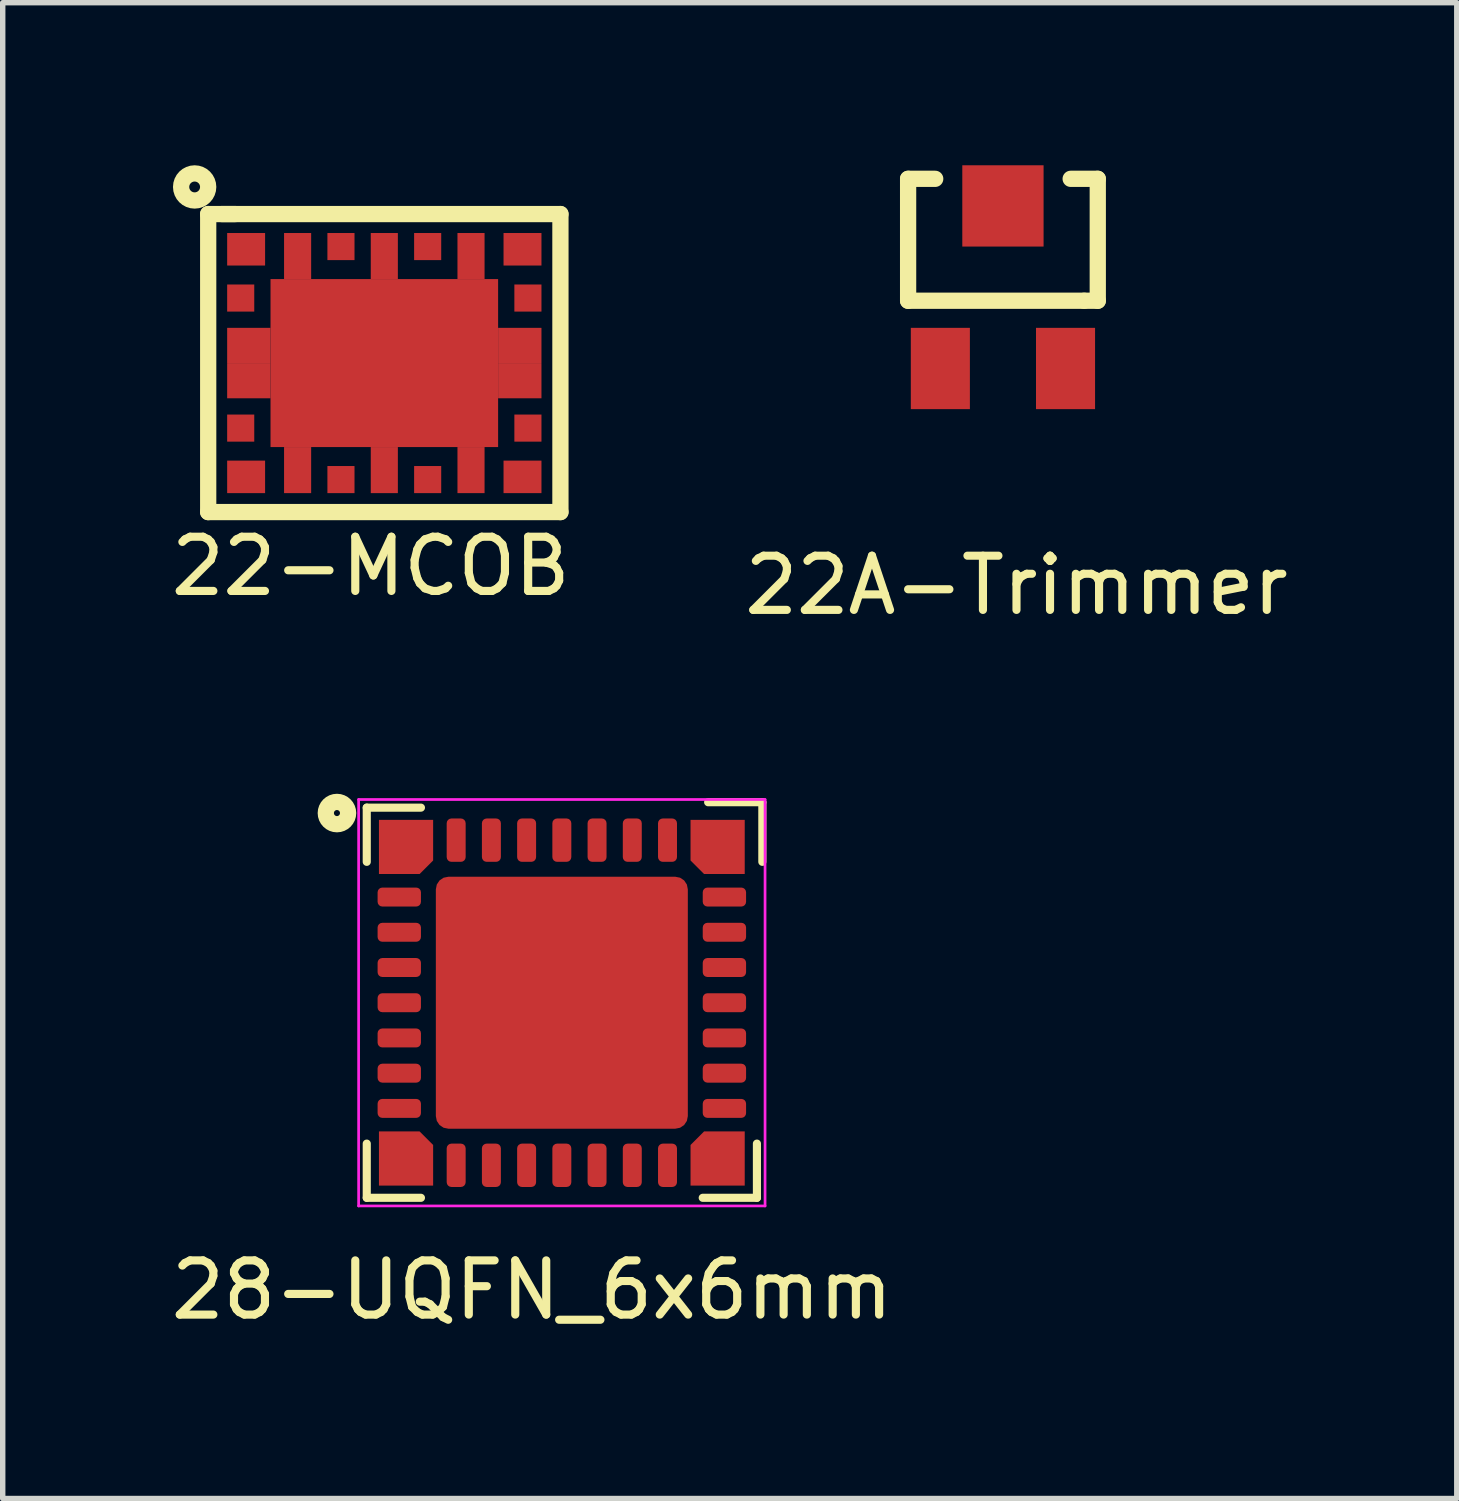
<source format=kicad_pcb>
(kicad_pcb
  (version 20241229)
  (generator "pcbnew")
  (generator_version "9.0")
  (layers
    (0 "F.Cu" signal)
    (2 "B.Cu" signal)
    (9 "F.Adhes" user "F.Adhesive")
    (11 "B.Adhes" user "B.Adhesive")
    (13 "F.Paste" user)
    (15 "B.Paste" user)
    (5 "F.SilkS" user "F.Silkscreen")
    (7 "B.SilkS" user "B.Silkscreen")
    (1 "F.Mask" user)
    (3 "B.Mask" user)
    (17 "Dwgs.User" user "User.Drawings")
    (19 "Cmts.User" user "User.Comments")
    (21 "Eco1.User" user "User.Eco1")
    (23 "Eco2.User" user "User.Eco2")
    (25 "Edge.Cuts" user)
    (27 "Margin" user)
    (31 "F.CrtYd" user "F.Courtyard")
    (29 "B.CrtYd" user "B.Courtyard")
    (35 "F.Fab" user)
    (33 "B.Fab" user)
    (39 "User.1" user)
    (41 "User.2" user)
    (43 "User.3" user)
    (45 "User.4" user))
  (footprint "22-MCOB"
    (layer "F.Cu")
    (at 4.042 3.65)
    (property "Reference" "22-MCOB" (at -0.25 3.75 0) (layer "F.SilkS") (effects (font (size 1 1) (thickness 0.15))))
    (attr through_hole)
    (fp_line (start -3.25 -2.75) (end -2.75 -2.75) (stroke (width 0.3) (type solid)) (layer "F.SilkS"))
    (fp_line (start -3.25 2.75) (end -3.25 -2.75) (stroke (width 0.3) (type solid)) (layer "F.SilkS"))
    (fp_line (start -3 -2.75) (end 3.25 -2.75) (stroke (width 0.3) (type solid)) (layer "F.SilkS"))
    (fp_line (start 3.25 -2.75) (end 3.25 2.75) (stroke (width 0.3) (type solid)) (layer "F.SilkS"))
    (fp_line (start 3.25 2.75) (end -3.25 2.75) (stroke (width 0.3) (type solid)) (layer "F.SilkS"))
    (fp_circle (center -3.5 -3.25) (end -3.5 -3) (stroke (width 0.3) (type solid)) (fill no) (layer "F.SilkS"))
    (pad "" smd rect (at -1.02 0) (size 1.74 2.79) (layers "F.Mask"))
    (pad "" smd rect (at 1.02 0) (size 1.74 2.79) (layers "F.Mask"))
    (pad "1" smd rect (at -2.55 -2.1) (size 0.7 0.6) (layers "F.Cu" "F.Mask" "F.Paste"))
    (pad "2" smd rect (at -2.65 -1.2) (size 0.5 0.5) (layers "F.Cu" "F.Mask" "F.Paste"))
    (pad "3" smd rect (at -2.5 -0.325) (size 0.8 0.65) (layers "F.Cu" "F.Mask" "F.Paste"))
    (pad "4" smd rect (at -2.5 0.325) (size 0.8 0.65) (layers "F.Cu" "F.Mask" "F.Paste"))
    (pad "5" smd rect (at -2.65 1.2) (size 0.5 0.5) (layers "F.Cu" "F.Mask" "F.Paste"))
    (pad "6" smd rect (at -2.55 2.1) (size 0.7 0.6) (layers "F.Cu" "F.Mask" "F.Paste"))
    (pad "7" smd rect (at -1.6 1.975) (size 0.5 0.85) (layers "F.Cu" "F.Mask" "F.Paste"))
    (pad "8" smd rect (at -0.8 2.15) (size 0.5 0.5) (layers "F.Cu" "F.Mask" "F.Paste"))
    (pad "9" smd rect (at 0 1.975) (size 0.5 0.85) (layers "F.Cu" "F.Mask" "F.Paste"))
    (pad "10" smd rect (at 0.8 2.15) (size 0.5 0.5) (layers "F.Cu" "F.Mask" "F.Paste"))
    (pad "11" smd rect (at 1.6 1.975) (size 0.5 0.85) (layers "F.Cu" "F.Mask" "F.Paste"))
    (pad "12" smd rect (at 2.55 2.1) (size 0.7 0.6) (layers "F.Cu" "F.Mask" "F.Paste"))
    (pad "13" smd rect (at 2.65 1.2) (size 0.5 0.5) (layers "F.Cu" "F.Mask" "F.Paste"))
    (pad "14" smd rect (at 2.5 0.325) (size 0.8 0.65) (layers "F.Cu" "F.Mask" "F.Paste"))
    (pad "15" smd rect (at 2.5 -0.325) (size 0.8 0.65) (layers "F.Cu" "F.Mask" "F.Paste"))
    (pad "16" smd rect (at 2.65 -1.2) (size 0.5 0.5) (layers "F.Cu" "F.Mask" "F.Paste"))
    (pad "17" smd rect (at 2.55 -2.1) (size 0.7 0.6) (layers "F.Cu" "F.Mask" "F.Paste"))
    (pad "18" smd rect (at 1.6 -1.975) (size 0.5 0.85) (layers "F.Cu" "F.Mask" "F.Paste"))
    (pad "19" smd rect (at 0.8 -2.15) (size 0.5 0.5) (layers "F.Cu" "F.Mask" "F.Paste"))
    (pad "20" smd rect (at 0 -1.975) (size 0.5 0.85) (layers "F.Cu" "F.Mask" "F.Paste"))
    (pad "21" smd rect (at -0.8 -2.15) (size 0.5 0.5) (layers "F.Cu" "F.Mask" "F.Paste"))
    (pad "22" smd rect (at -1.6 -1.975) (size 0.5 0.85) (layers "F.Cu" "F.Mask" "F.Paste"))
    (pad "EP" smd rect (at 0 0) (size 4.2 3.1) (layers "F.Cu" "F.Mask")))
  (footprint "22A-Trimmer"
    (layer "F.Cu")
    (at 15.458 2.25)
    (property "Reference" "22A-Trimmer" (at 0.25 5.5 0) (layer "F.SilkS") (effects (font (size 1 1) (thickness 0.15))))
    (attr through_hole)
    (fp_line (start -1.75 -2) (end -1.75 0.25) (stroke (width 0.3) (type solid)) (layer "F.SilkS"))
    (fp_line (start -1.75 -2) (end -1.25 -2) (stroke (width 0.3) (type solid)) (layer "F.SilkS"))
    (fp_line (start -1.75 0.25) (end 1.5 0.25) (stroke (width 0.3) (type solid)) (layer "F.SilkS"))
    (fp_line (start 1.5 0.25) (end 1.75 0.25) (stroke (width 0.3) (type solid)) (layer "F.SilkS"))
    (fp_line (start 1.75 -2) (end 1.25 -2) (stroke (width 0.3) (type solid)) (layer "F.SilkS"))
    (fp_line (start 1.75 0.25) (end 1.75 -2) (stroke (width 0.3) (type solid)) (layer "F.SilkS"))
    (pad "1" smd rect (at 1.155 1.5) (size 1.09 1.5) (layers "F.Cu" "F.Mask" "F.Paste"))
    (pad "2" smd rect (at 0 -1.5) (size 1.5 1.5) (layers "F.Cu" "F.Mask" "F.Paste"))
    (pad "3" smd rect (at -1.155 1.5) (size 1.09 1.5) (layers "F.Cu" "F.Mask" "F.Paste")))
  (footprint "28-UQFN_6x6mm"
    (layer "F.Cu")
    (at 7.318 15.454)
    (property "Reference" "28-UQFN_6x6mm" (at -0.55 5.3 0) (layer "F.SilkS") (effects (font (size 1 1) (thickness 0.15))))
    (attr through_hole)
    (fp_line (start -3.6 -3.6) (end -2.6 -3.6) (stroke (width 0.15) (type solid)) (layer "F.SilkS"))
    (fp_line (start -3.6 -2.6) (end -3.6 -3.6) (stroke (width 0.15) (type solid)) (layer "F.SilkS"))
    (fp_line (start -3.6 3.6) (end -3.6 2.6) (stroke (width 0.15) (type solid)) (layer "F.SilkS"))
    (fp_line (start -2.6 3.6) (end -3.6 3.6) (stroke (width 0.15) (type solid)) (layer "F.SilkS"))
    (fp_line (start 2.7 -3.7) (end 3.7 -3.7) (stroke (width 0.15) (type solid)) (layer "F.SilkS"))
    (fp_line (start 3.6 2.6) (end 3.6 3.6) (stroke (width 0.15) (type solid)) (layer "F.SilkS"))
    (fp_line (start 3.6 3.6) (end 2.6 3.6) (stroke (width 0.15) (type solid)) (layer "F.SilkS"))
    (fp_line (start 3.7 -3.7) (end 3.7 -2.6) (stroke (width 0.15) (type solid)) (layer "F.SilkS"))
    (fp_circle (center -4.15 -3.5) (end -3.944 -3.5) (stroke (width 0.3) (type solid)) (fill no) (layer "F.SilkS"))
    (fp_line (start -3.75 -3.75) (end 3.75 -3.75) (stroke (width 0.05) (type solid)) (layer "F.CrtYd"))
    (fp_line (start -3.75 3.75) (end -3.75 -3.75) (stroke (width 0.05) (type solid)) (layer "F.CrtYd"))
    (fp_line (start 3.75 -3.75) (end 3.75 3.75) (stroke (width 0.05) (type solid)) (layer "F.CrtYd"))
    (fp_line (start 3.75 3.75) (end -3.75 3.75) (stroke (width 0.05) (type solid)) (layer "F.CrtYd"))
    (pad "" smd roundrect (at -2.875 -2.875) (size 0.6 0.6) (layers "F.Paste") (roundrect_rratio 0.05))
    (pad "" smd custom (at -2.875 -2.875) (size 0.8 0.35) (layers "F.Cu" "F.Mask") (options (anchor rect)) (primitives (gr_poly (pts (xy -0.5 -0.5) (xy 0.5 -0.5) (xy 0.5 0.25) (xy 0.25 0.5) (xy -0.5 0.5)) (width 0) (fill yes))))
    (pad "" smd roundrect (at -2.875 2.875) (size 0.6 0.6) (layers "F.Paste") (roundrect_rratio 0.05))
    (pad "" smd custom (at -2.875 2.875 90) (size 0.8 0.35) (layers "F.Cu" "F.Mask") (options (anchor rect)) (primitives (gr_poly (pts (xy -0.5 -0.5) (xy 0.5 -0.5) (xy 0.5 0.25) (xy 0.25 0.5) (xy -0.5 0.5)) (width 0) (fill yes))))
    (pad "" smd roundrect (at -1.15 -1.15) (size 2 2) (layers "F.Paste") (roundrect_rratio 0.05))
    (pad "" smd roundrect (at -1.15 1.15) (size 2 2) (layers "F.Paste") (roundrect_rratio 0.05))
    (pad "" smd roundrect (at 1.15 -1.15) (size 2 2) (layers "F.Paste") (roundrect_rratio 0.05))
    (pad "" smd roundrect (at 1.15 1.15) (size 2 2) (layers "F.Paste") (roundrect_rratio 0.05))
    (pad "" smd roundrect (at 2.875 -2.875) (size 0.6 0.6) (layers "F.Paste") (roundrect_rratio 0.05))
    (pad "" smd custom (at 2.875 -2.875 270) (size 0.8 0.35) (layers "F.Cu" "F.Mask") (options (anchor rect)) (primitives (gr_poly (pts (xy -0.5 -0.5) (xy 0.5 -0.5) (xy 0.5 0.25) (xy 0.25 0.5) (xy -0.5 0.5)) (width 0) (fill yes))))
    (pad "" smd roundrect (at 2.875 2.875) (size 0.6 0.6) (layers "F.Paste") (roundrect_rratio 0.05))
    (pad "" smd custom (at 2.875 2.875 180) (size 0.8 0.35) (layers "F.Cu" "F.Mask") (options (anchor rect)) (primitives (gr_poly (pts (xy -0.5 -0.5) (xy 0.5 -0.5) (xy 0.5 0.25) (xy 0.25 0.5) (xy -0.5 0.5)) (width 0) (fill yes))))
    (pad "1" smd roundrect (at -3 -1.95) (size 0.8 0.35) (layers "F.Cu" "F.Mask" "F.Paste") (roundrect_rratio 0.25))
    (pad "2" smd roundrect (at -3 -1.3) (size 0.8 0.35) (layers "F.Cu" "F.Mask" "F.Paste") (roundrect_rratio 0.25))
    (pad "3" smd roundrect (at -3 -0.65) (size 0.8 0.35) (layers "F.Cu" "F.Mask" "F.Paste") (roundrect_rratio 0.25))
    (pad "4" smd roundrect (at -3 0) (size 0.8 0.35) (layers "F.Cu" "F.Mask" "F.Paste") (roundrect_rratio 0.25))
    (pad "5" smd roundrect (at -3 0.65) (size 0.8 0.35) (layers "F.Cu" "F.Mask" "F.Paste") (roundrect_rratio 0.25))
    (pad "6" smd roundrect (at -3 1.3) (size 0.8 0.35) (layers "F.Cu" "F.Mask" "F.Paste") (roundrect_rratio 0.25))
    (pad "7" smd roundrect (at -3 1.95) (size 0.8 0.35) (layers "F.Cu" "F.Mask" "F.Paste") (roundrect_rratio 0.25))
    (pad "8" smd roundrect (at -1.95 3 90) (size 0.8 0.35) (layers "F.Cu" "F.Mask" "F.Paste") (roundrect_rratio 0.25))
    (pad "9" smd roundrect (at -1.3 3 90) (size 0.8 0.35) (layers "F.Cu" "F.Mask" "F.Paste") (roundrect_rratio 0.25))
    (pad "10" smd roundrect (at -0.65 3 90) (size 0.8 0.35) (layers "F.Cu" "F.Mask" "F.Paste") (roundrect_rratio 0.25))
    (pad "11" smd roundrect (at 0 3 90) (size 0.8 0.35) (layers "F.Cu" "F.Mask" "F.Paste") (roundrect_rratio 0.25))
    (pad "12" smd roundrect (at 0.65 3 90) (size 0.8 0.35) (layers "F.Cu" "F.Mask" "F.Paste") (roundrect_rratio 0.25))
    (pad "13" smd roundrect (at 1.3 3 90) (size 0.8 0.35) (layers "F.Cu" "F.Mask" "F.Paste") (roundrect_rratio 0.25))
    (pad "14" smd roundrect (at 1.95 3 90) (size 0.8 0.35) (layers "F.Cu" "F.Mask" "F.Paste") (roundrect_rratio 0.25))
    (pad "15" smd roundrect (at 3 1.95 180) (size 0.8 0.35) (layers "F.Cu" "F.Mask" "F.Paste") (roundrect_rratio 0.25))
    (pad "16" smd roundrect (at 3 1.3 180) (size 0.8 0.35) (layers "F.Cu" "F.Mask" "F.Paste") (roundrect_rratio 0.25))
    (pad "17" smd roundrect (at 3 0.65 180) (size 0.8 0.35) (layers "F.Cu" "F.Mask" "F.Paste") (roundrect_rratio 0.25))
    (pad "18" smd roundrect (at 3 0 180) (size 0.8 0.35) (layers "F.Cu" "F.Mask" "F.Paste") (roundrect_rratio 0.25))
    (pad "19" smd roundrect (at 3 -0.65 180) (size 0.8 0.35) (layers "F.Cu" "F.Mask" "F.Paste") (roundrect_rratio 0.25))
    (pad "20" smd roundrect (at 3 -1.3 180) (size 0.8 0.35) (layers "F.Cu" "F.Mask" "F.Paste") (roundrect_rratio 0.25))
    (pad "21" smd roundrect (at 3 -1.95 180) (size 0.8 0.35) (layers "F.Cu" "F.Mask" "F.Paste") (roundrect_rratio 0.25))
    (pad "22" smd roundrect (at 1.95 -3 270) (size 0.8 0.35) (layers "F.Cu" "F.Mask" "F.Paste") (roundrect_rratio 0.25))
    (pad "23" smd roundrect (at 1.3 -3 270) (size 0.8 0.35) (layers "F.Cu" "F.Mask" "F.Paste") (roundrect_rratio 0.25))
    (pad "24" smd roundrect (at 0.65 -3 270) (size 0.8 0.35) (layers "F.Cu" "F.Mask" "F.Paste") (roundrect_rratio 0.25))
    (pad "25" smd roundrect (at 0 -3 270) (size 0.8 0.35) (layers "F.Cu" "F.Mask" "F.Paste") (roundrect_rratio 0.25))
    (pad "26" smd roundrect (at -0.65 -3 270) (size 0.8 0.35) (layers "F.Cu" "F.Mask" "F.Paste") (roundrect_rratio 0.25))
    (pad "27" smd roundrect (at -1.3 -3 270) (size 0.8 0.35) (layers "F.Cu" "F.Mask" "F.Paste") (roundrect_rratio 0.25))
    (pad "28" smd roundrect (at -1.95 -3 270) (size 0.8 0.35) (layers "F.Cu" "F.Mask" "F.Paste") (roundrect_rratio 0.25))
    (pad "29" smd roundrect (at 0 0) (size 4.65 4.65) (layers "F.Cu" "F.Mask") (roundrect_rratio 0.05)))
  (gr_rect
    (start -3 -3)
    (end 23.833 24.603)
    (stroke (width 0.1) (type default))
    (fill no)
    (layer "Edge.Cuts")))
</source>
